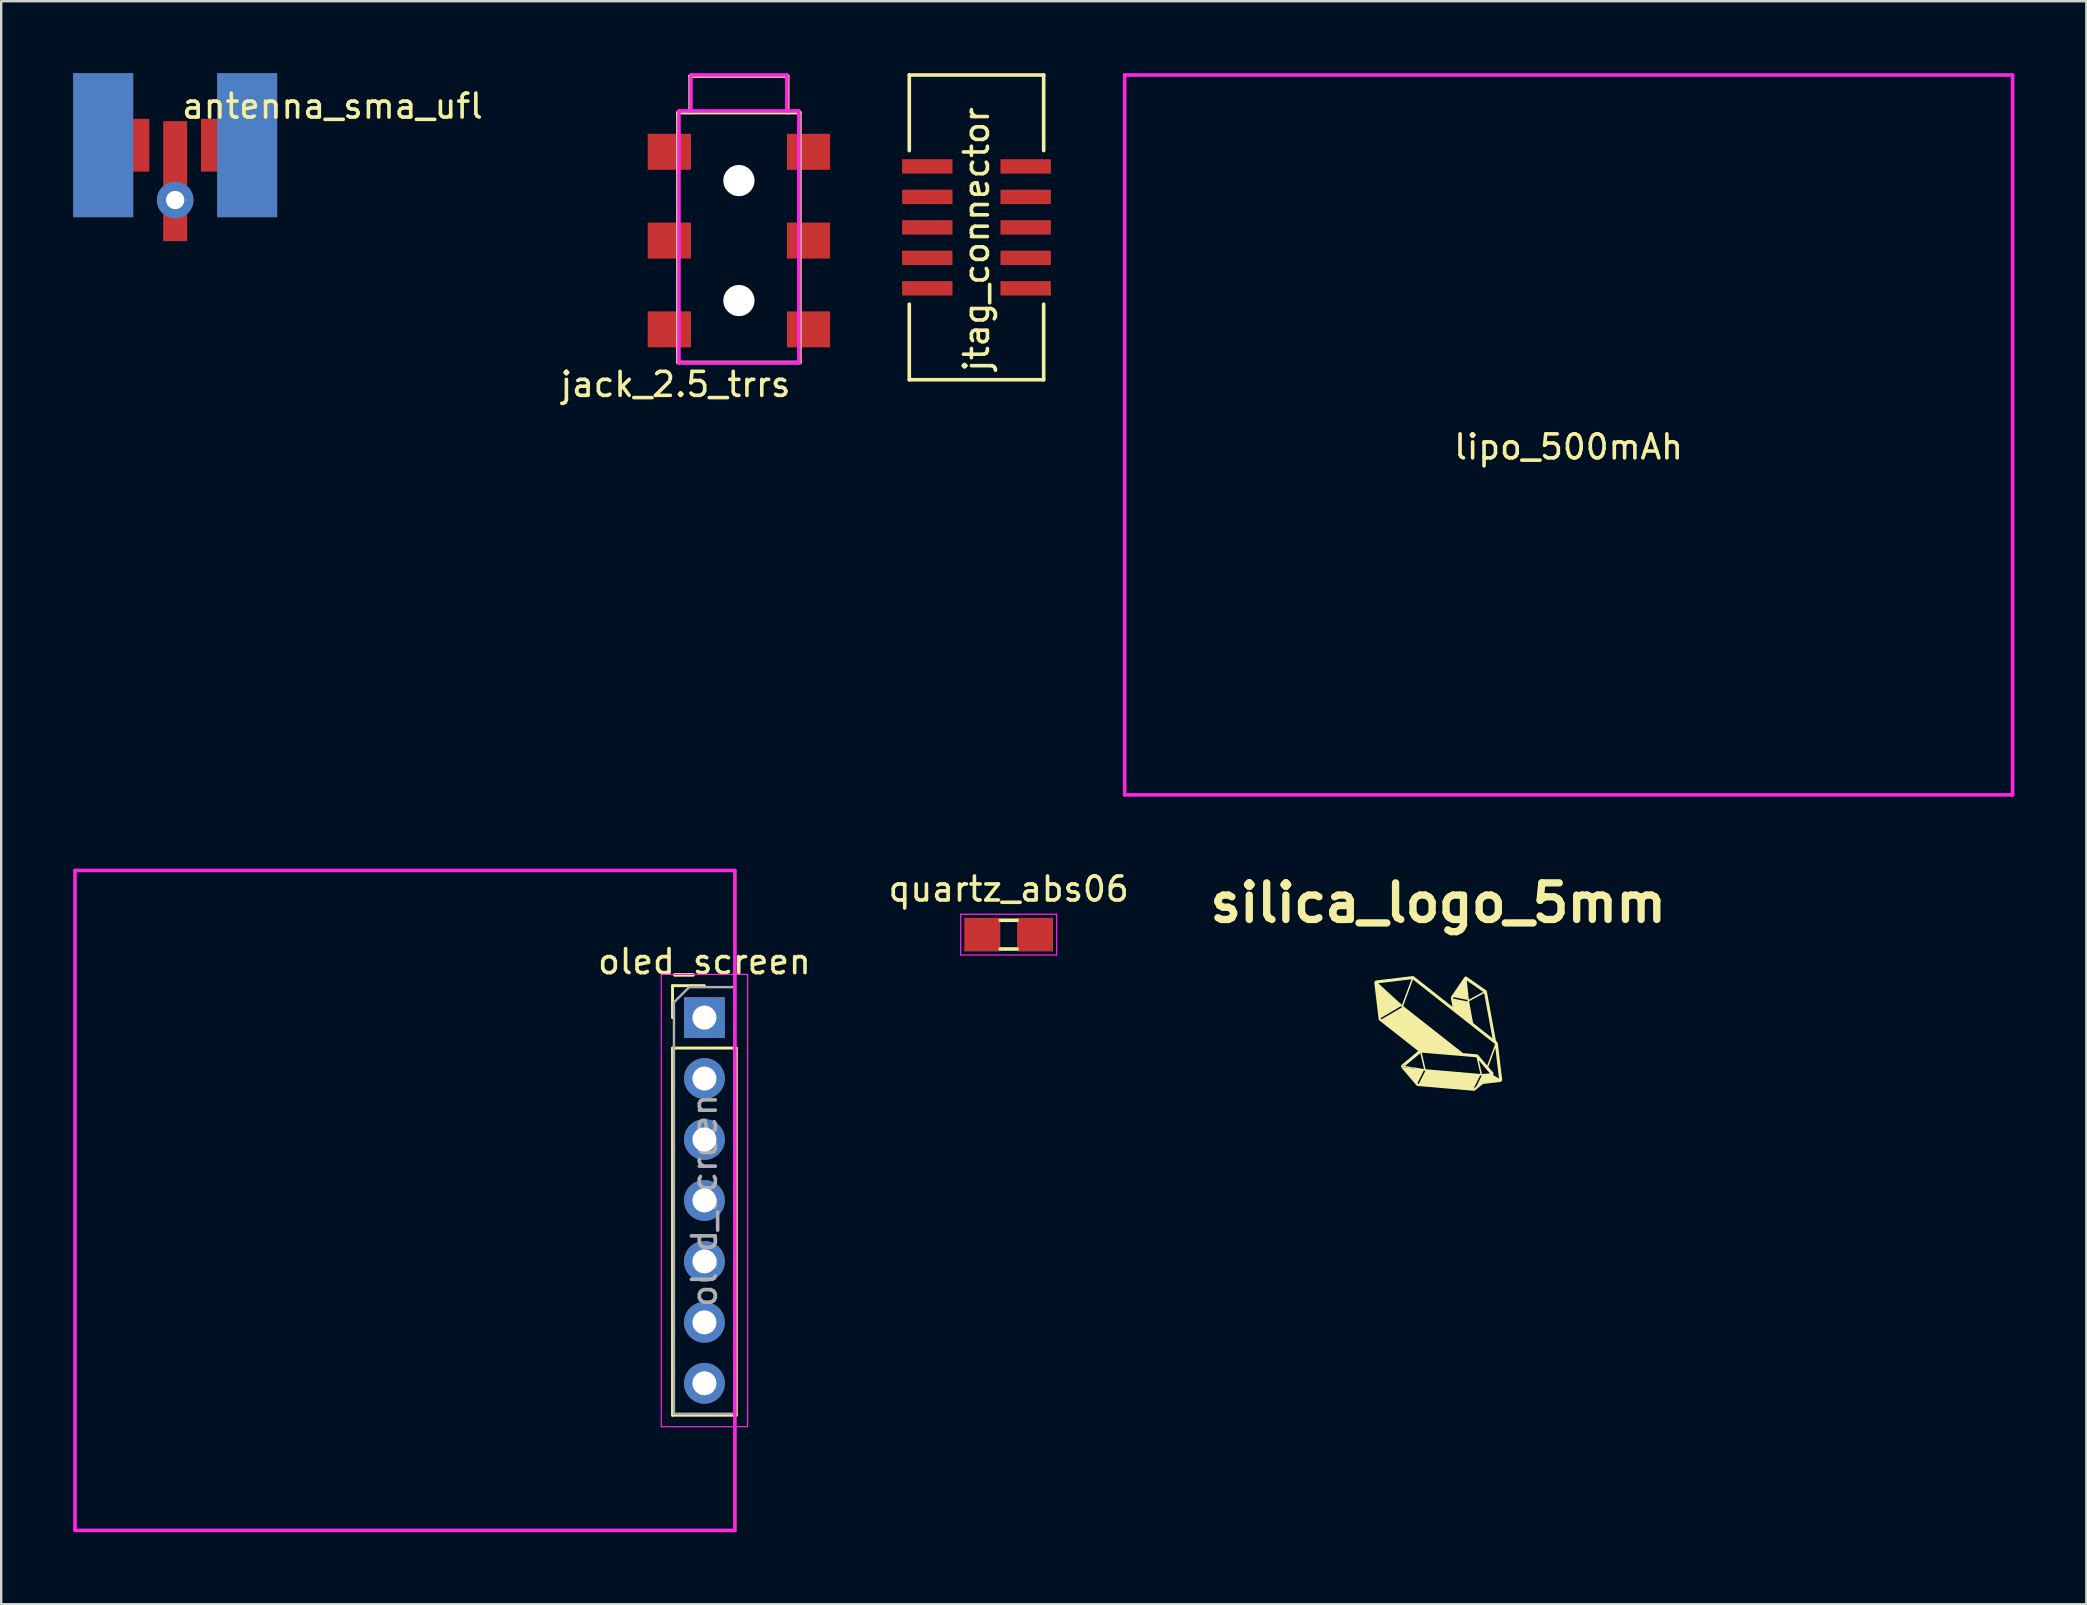
<source format=kicad_pcb>
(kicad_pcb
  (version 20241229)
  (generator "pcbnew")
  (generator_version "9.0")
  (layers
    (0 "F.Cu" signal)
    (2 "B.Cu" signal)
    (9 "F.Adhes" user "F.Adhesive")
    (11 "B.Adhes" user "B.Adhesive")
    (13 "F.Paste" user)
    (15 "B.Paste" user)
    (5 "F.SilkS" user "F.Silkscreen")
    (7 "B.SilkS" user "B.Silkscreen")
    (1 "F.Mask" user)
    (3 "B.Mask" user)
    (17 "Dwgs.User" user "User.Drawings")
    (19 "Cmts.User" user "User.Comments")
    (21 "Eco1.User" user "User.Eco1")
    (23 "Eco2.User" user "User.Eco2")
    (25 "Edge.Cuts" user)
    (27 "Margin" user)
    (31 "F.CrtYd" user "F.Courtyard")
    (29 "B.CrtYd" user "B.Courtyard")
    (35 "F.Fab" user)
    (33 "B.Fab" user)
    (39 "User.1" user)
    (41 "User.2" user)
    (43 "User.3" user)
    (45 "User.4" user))
  (footprint "antenna_sma_ufl"
    (layer "F.Cu")
    (at 4.25 3)
    (property "Reference" "antenna_sma_ufl" (at 6.553 -1.626 0) (layer "F.SilkS") (effects (font (size 1 1) (thickness 0.15))))
    (attr through_hole)
    (pad "1" smd rect (at -3 0) (size 2.5 6) (layers "F.Cu" "F.Mask" "F.Paste"))
    (pad "1" smd rect (at -3 0) (size 2.5 6) (layers "B.Cu" "B.Mask" "B.Paste"))
    (pad "1" smd rect (at -1.6 0) (size 1.05 2.2) (layers "F.Cu" "F.Mask" "F.Paste"))
    (pad "1" smd rect (at 1.6 0) (size 1.05 2.2) (layers "F.Cu" "F.Mask" "F.Paste"))
    (pad "1" smd rect (at 3 0) (size 2.5 6) (layers "F.Cu" "F.Mask" "F.Paste"))
    (pad "1" smd rect (at 3 0) (size 2.5 6) (layers "B.Cu" "B.Mask" "B.Paste"))
    (pad "2" smd rect (at 0 1.5) (size 1 5) (layers "F.Cu" "F.Mask" "F.Paste"))
    (pad "2" thru_hole circle (at 0 2.286) (size 1.524 1.524) (drill 0.762) (layers "*.Cu" "*.Mask")))
  (footprint "oled_screen"
    (layer "F.Cu")
    (at 26.305 39.355)
    (property "Reference" "oled_screen" (at 0 -2.33 0) (layer "F.SilkS") (effects (font (size 1 1) (thickness 0.15))))
    (attr through_hole)
    (fp_line (start -1.33 -1.33) (end 0 -1.33) (stroke (width 0.12) (type solid)) (layer "F.SilkS"))
    (fp_line (start -1.33 0) (end -1.33 -1.33) (stroke (width 0.12) (type solid)) (layer "F.SilkS"))
    (fp_line (start -1.33 1.27) (end -1.33 16.57) (stroke (width 0.12) (type solid)) (layer "F.SilkS"))
    (fp_line (start -1.33 1.27) (end 1.33 1.27) (stroke (width 0.12) (type solid)) (layer "F.SilkS"))
    (fp_line (start -1.33 16.57) (end 1.33 16.57) (stroke (width 0.12) (type solid)) (layer "F.SilkS"))
    (fp_line (start 1.33 1.27) (end 1.33 16.57) (stroke (width 0.12) (type solid)) (layer "F.SilkS"))
    (fp_line (start -26.23 -6.13) (end -26.23 21.37) (stroke (width 0.15) (type solid)) (layer "F.CrtYd"))
    (fp_line (start -26.23 21.37) (end 1.27 21.37) (stroke (width 0.15) (type solid)) (layer "F.CrtYd"))
    (fp_line (start -1.8 -1.8) (end -1.8 17.05) (stroke (width 0.05) (type solid)) (layer "F.CrtYd"))
    (fp_line (start -1.8 17.05) (end 1.8 17.05) (stroke (width 0.05) (type solid)) (layer "F.CrtYd"))
    (fp_line (start 1.27 -6.13) (end -26.23 -6.13) (stroke (width 0.15) (type solid)) (layer "F.CrtYd"))
    (fp_line (start 1.27 21.37) (end 1.27 -6.13) (stroke (width 0.15) (type solid)) (layer "F.CrtYd"))
    (fp_line (start 1.8 -1.8) (end -1.8 -1.8) (stroke (width 0.05) (type solid)) (layer "F.CrtYd"))
    (fp_line (start 1.8 17.05) (end 1.8 -1.8) (stroke (width 0.05) (type solid)) (layer "F.CrtYd"))
    (fp_line (start -1.27 -0.635) (end -0.635 -1.27) (stroke (width 0.1) (type solid)) (layer "F.Fab"))
    (fp_line (start -1.27 16.51) (end -1.27 -0.635) (stroke (width 0.1) (type solid)) (layer "F.Fab"))
    (fp_line (start -0.635 -1.27) (end 1.27 -1.27) (stroke (width 0.1) (type solid)) (layer "F.Fab"))
    (fp_line (start 1.27 -1.27) (end 1.27 16.51) (stroke (width 0.1) (type solid)) (layer "F.Fab"))
    (fp_line (start 1.27 16.51) (end -1.27 16.51) (stroke (width 0.1) (type solid)) (layer "F.Fab"))
    (fp_text user "${REFERENCE}" (at 0 7.62 90) (layer "F.Fab") (effects (font (size 1 1) (thickness 0.15))))
    (pad "1" thru_hole rect (at 0 0) (size 1.7 1.7) (drill 1) (layers "*.Cu" "*.Mask"))
    (pad "2" thru_hole oval (at 0 2.54) (size 1.7 1.7) (drill 1) (layers "*.Cu" "*.Mask"))
    (pad "3" thru_hole oval (at 0 5.08) (size 1.7 1.7) (drill 1) (layers "*.Cu" "*.Mask"))
    (pad "4" thru_hole oval (at 0 7.62) (size 1.7 1.7) (drill 1) (layers "*.Cu" "*.Mask"))
    (pad "5" thru_hole oval (at 0 10.16) (size 1.7 1.7) (drill 1) (layers "*.Cu" "*.Mask"))
    (pad "6" thru_hole oval (at 0 12.7) (size 1.7 1.7) (drill 1) (layers "*.Cu" "*.Mask"))
    (pad "7" thru_hole oval (at 0 15.24) (size 1.7 1.7) (drill 1) (layers "*.Cu" "*.Mask")))
  (footprint "jtag_connector"
    (layer "F.Cu")
    (at 37.642 6.425)
    (property "Reference" "jtag_connector" (at 0 0.5 90) (layer "F.SilkS") (effects (font (size 1 1) (thickness 0.15))))
    (attr through_hole)
    (fp_line (start -2.8 -6.35) (end -2.8 -3.2) (stroke (width 0.15) (type solid)) (layer "F.SilkS"))
    (fp_line (start -2.8 -6.35) (end 2.8 -6.35) (stroke (width 0.15) (type solid)) (layer "F.SilkS"))
    (fp_line (start -2.8 6.35) (end -2.8 3.2) (stroke (width 0.15) (type solid)) (layer "F.SilkS"))
    (fp_line (start -2.8 6.35) (end 2.8 6.35) (stroke (width 0.15) (type solid)) (layer "F.SilkS"))
    (fp_line (start 2.8 -6.35) (end 2.8 -3.2) (stroke (width 0.15) (type solid)) (layer "F.SilkS"))
    (fp_line (start 2.8 6.35) (end 2.8 3.2) (stroke (width 0.15) (type solid)) (layer "F.SilkS"))
    (pad "1" smd rect (at -2.05 -2.54) (size 2.1 0.6) (layers "F.Cu" "F.Mask" "F.Paste"))
    (pad "2" smd rect (at 2.05 -2.54) (size 2.1 0.6) (layers "F.Cu" "F.Mask" "F.Paste"))
    (pad "3" smd rect (at -2.05 -1.27) (size 2.1 0.6) (layers "F.Cu" "F.Mask" "F.Paste"))
    (pad "4" smd rect (at 2.05 -1.27) (size 2.1 0.6) (layers "F.Cu" "F.Mask" "F.Paste"))
    (pad "5" smd rect (at -2.05 0) (size 2.1 0.6) (layers "F.Cu" "F.Mask" "F.Paste"))
    (pad "6" smd rect (at 2.05 0) (size 2.1 0.6) (layers "F.Cu" "F.Mask" "F.Paste"))
    (pad "7" smd rect (at -2.05 1.27) (size 2.1 0.6) (layers "F.Cu" "F.Mask" "F.Paste"))
    (pad "8" smd rect (at 2.05 1.27) (size 2.1 0.6) (layers "F.Cu" "F.Mask" "F.Paste"))
    (pad "9" smd rect (at -2.05 2.54) (size 2.1 0.6) (layers "F.Cu" "F.Mask" "F.Paste"))
    (pad "10" smd rect (at 2.05 2.54) (size 2.1 0.6) (layers "F.Cu" "F.Mask" "F.Paste")))
  (footprint "silica_logo_5mm"
    (layer "F.Cu")
    (at 56.884 40.016)
    (property "Reference" "silica_logo_5mm" (at 0 -5.44 0) (layer "F.SilkS") (effects (font (size 1.524 1.524) (thickness 0.305))))
    (attr smd)
    (fp_poly (pts (xy -1.058 -2.391) (xy -1.114 -2.258) (xy -1.511 -1.186) (xy -2.502 -2.093) (xy -1.114 -2.258) (xy -1.058 -2.391) (xy -1.052 -2.247) (xy 2.361 0.438) (xy 2.364 0.463) (xy 2.04 1.338) (xy 1.663 0.892) (xy 1.62 0.871) (xy 1.034 0.821) (xy -1.461 -1.142) (xy -1.052 -2.247) (xy -1.058 -2.391) (xy 2.259 0.2) (xy 1.453 -0.435) (xy 1.286 -1.342) (xy 1.913 -1.681) (xy 2.259 0.2) (xy -1.058 -2.391) (xy -1.519 -1.108) (xy -1.501 -1.094) (xy -2.364 -0.59) (xy -2.389 -0.61) (xy -2.393 -0.645) (xy -1.551 -1.137) (xy -1.519 -1.108) (xy -1.058 -2.391) (xy -1.063 -2.391) (xy -2.612 -2.205) (xy -2.667 -2.136) (xy -2.482 -0.586) (xy -0.686 0.799) (xy 1.583 0.993) (xy 1.601 1.014) (xy 1.757 1.688) (xy -0.527 1.491) (xy -0.686 0.799) (xy -2.482 -0.586) (xy -2.458 -0.544) (xy -0.834 0.733) (xy -0.746 0.823) (xy -0.594 1.482) (xy -1.385 1.354) (xy -0.746 0.823) (xy -0.834 0.733) (xy -1.54 1.32) (xy -0.6 1.544) (xy -0.557 1.551) (xy -0.534 1.554) (xy -0.809 2.099) (xy -0.841 2.097) (xy -0.864 2.07) (xy -0.6 1.544) (xy -1.54 1.32) (xy -1.547 1.409) (xy 2.293 1.743) (xy 2.297 1.739) (xy 2.305 1.651) (xy 2.087 1.393) (xy 2.38 0.6) (xy 2.532 1.878) (xy 2.293 1.743) (xy -1.547 1.409) (xy 1.749 1.75) (xy 1.794 1.754) (xy 1.816 1.753) (xy 1.589 2.206) (xy 1.482 2.295) (xy 1.475 2.295) (xy 1.749 1.75) (xy -1.547 1.409) (xy -0.905 2.166) (xy 2.155 1.667) (xy 1.821 1.689) (xy 1.689 1.118) (xy 2.155 1.667) (xy -0.905 2.166) (xy -0.862 2.189) (xy 1.487 2.39) (xy 1.533 2.376) (xy 1.856 2.107) (xy 2.612 2.017) (xy 2.667 1.948) (xy 2.482 0.398) (xy 2.458 0.356) (xy 2.408 0.316) (xy 2.025 -1.755) (xy 1.189 -2.207) (xy 1.873 -1.732) (xy 1.277 -1.409) (xy 1.189 -2.207) (xy 2.025 -1.755) (xy 1.22 -1.356) (xy 1.224 -1.333) (xy 0.626 -1.452) (xy 0.62 -1.485) (xy 0.639 -1.513) (xy 1.215 -1.398) (xy 1.22 -1.356) (xy 2.025 -1.755) (xy 1.999 -1.796) (xy 1.182 -2.365) (xy 1.147 -2.376) (xy 1.14 -2.375) (xy 1.095 -2.348) (xy 0.534 -1.528) (xy 0.525 -1.481) (xy 0.593 -1.111) (xy -1.017 -2.378) (xy -1.058 -2.391)) (stroke (width 0) (type solid)) (fill yes) (layer "F.SilkS")))
  (footprint "quartz_abs06"
    (layer "F.Cu")
    (at 38.984 35.898)
    (property "Reference" "quartz_abs06" (at 0 -1.9 0) (layer "F.SilkS") (effects (font (size 1 1) (thickness 0.15))))
    (attr smd)
    (fp_line (start -0.35 -0.6) (end 0.35 -0.6) (stroke (width 0.15) (type solid)) (layer "F.SilkS"))
    (fp_line (start 0.35 0.6) (end -0.35 0.6) (stroke (width 0.15) (type solid)) (layer "F.SilkS"))
    (fp_line (start -2 -0.85) (end -2 0.85) (stroke (width 0.05) (type solid)) (layer "F.CrtYd"))
    (fp_line (start -2 -0.85) (end 2 -0.85) (stroke (width 0.05) (type solid)) (layer "F.CrtYd"))
    (fp_line (start -2 0.85) (end 2 0.85) (stroke (width 0.05) (type solid)) (layer "F.CrtYd"))
    (fp_line (start 2 -0.85) (end 2 0.85) (stroke (width 0.05) (type solid)) (layer "F.CrtYd"))
    (pad "1" smd rect (at -1.1 0) (size 1.5 1.4) (layers "F.Cu" "F.Mask" "F.Paste"))
    (pad "2" smd rect (at 1.1 0) (size 1.5 1.4) (layers "F.Cu" "F.Mask" "F.Paste")))
  (footprint "lipo_500mAh"
    (layer "F.Cu")
    (at 62.317 15.075)
    (property "Reference" "lipo_500mAh" (at 0 0.5 0) (layer "F.SilkS") (effects (font (size 1 1) (thickness 0.15))))
    (attr through_hole)
    (fp_line (start -18.5 -15) (end 18.5 -15) (stroke (width 0.15) (type solid)) (layer "F.CrtYd"))
    (fp_line (start -18.5 15) (end -18.5 -15) (stroke (width 0.15) (type solid)) (layer "F.CrtYd"))
    (fp_line (start 18.5 -15) (end 18.5 15) (stroke (width 0.15) (type solid)) (layer "F.CrtYd"))
    (fp_line (start 18.5 15) (end -18.5 15) (stroke (width 0.15) (type solid)) (layer "F.CrtYd")))
  (footprint "jack_2.5_trrs"
    (layer "F.Cu")
    (at 27.742 6.975)
    (property "Reference" "jack_2.5_trrs" (at -2.642 5.994 180) (layer "F.SilkS") (effects (font (size 1 1) (thickness 0.15))))
    (attr through_hole)
    (fp_line (start -2.54 -5.334) (end 2.54 -5.334) (stroke (width 0.15) (type solid)) (layer "F.SilkS"))
    (fp_line (start -2.54 5.08) (end -2.54 -5.334) (stroke (width 0.15) (type solid)) (layer "F.SilkS"))
    (fp_line (start -2.032 -6.858) (end 2.032 -6.858) (stroke (width 0.15) (type solid)) (layer "F.SilkS"))
    (fp_line (start -2.032 -5.334) (end -2.032 -6.858) (stroke (width 0.15) (type solid)) (layer "F.SilkS"))
    (fp_line (start 2.032 -6.858) (end 2.032 -5.334) (stroke (width 0.15) (type solid)) (layer "F.SilkS"))
    (fp_line (start 2.54 -5.334) (end 2.54 5.08) (stroke (width 0.15) (type solid)) (layer "F.SilkS"))
    (fp_line (start 2.54 5.08) (end -2.54 5.08) (stroke (width 0.15) (type solid)) (layer "F.SilkS"))
    (fp_line (start -2.5 -5.4) (end 2.5 -5.4) (stroke (width 0.15) (type solid)) (layer "F.CrtYd"))
    (fp_line (start -2.5 5.1) (end -2.5 -5.4) (stroke (width 0.15) (type solid)) (layer "F.CrtYd"))
    (fp_line (start -2 -6.9) (end 2 -6.9) (stroke (width 0.15) (type solid)) (layer "F.CrtYd"))
    (fp_line (start -2 -5.4) (end -2 -6.9) (stroke (width 0.15) (type solid)) (layer "F.CrtYd"))
    (fp_line (start 2 -6.9) (end 2 -5.4) (stroke (width 0.15) (type solid)) (layer "F.CrtYd"))
    (fp_line (start 2.5 -5.4) (end 2.5 5.1) (stroke (width 0.15) (type solid)) (layer "F.CrtYd"))
    (fp_line (start 2.5 5.1) (end -2.5 5.1) (stroke (width 0.15) (type solid)) (layer "F.CrtYd"))
    (pad "" np_thru_hole circle (at 0 -2.5) (size 1.3 1.3) (drill 1.3) (layers "*.Cu" "*.Mask"))
    (pad "" np_thru_hole circle (at 0 2.5) (size 1.3 1.3) (drill 1.3) (layers "*.Cu" "*.Mask"))
    (pad "2" smd rect (at 2.9 -3.7) (size 1.8 1.5) (layers "F.Cu" "F.Mask" "F.Paste"))
    (pad "3" smd rect (at -2.9 -3.7) (size 1.8 1.5) (layers "F.Cu" "F.Mask" "F.Paste"))
    (pad "4" smd rect (at 2.9 0) (size 1.8 1.5) (layers "F.Cu" "F.Mask" "F.Paste"))
    (pad "5" smd rect (at 2.9 3.7) (size 1.8 1.5) (layers "F.Cu" "F.Mask" "F.Paste"))
    (pad "6" smd rect (at -2.9 0) (size 1.8 1.5) (layers "F.Cu" "F.Mask" "F.Paste"))
    (pad "7" smd rect (at -2.9 3.7) (size 1.8 1.5) (layers "F.Cu" "F.Mask" "F.Paste")))
  (gr_rect
    (start -3 -3)
    (end 83.892 63.8)
    (stroke (width 0.1) (type default))
    (fill no)
    (layer "Edge.Cuts")))
</source>
